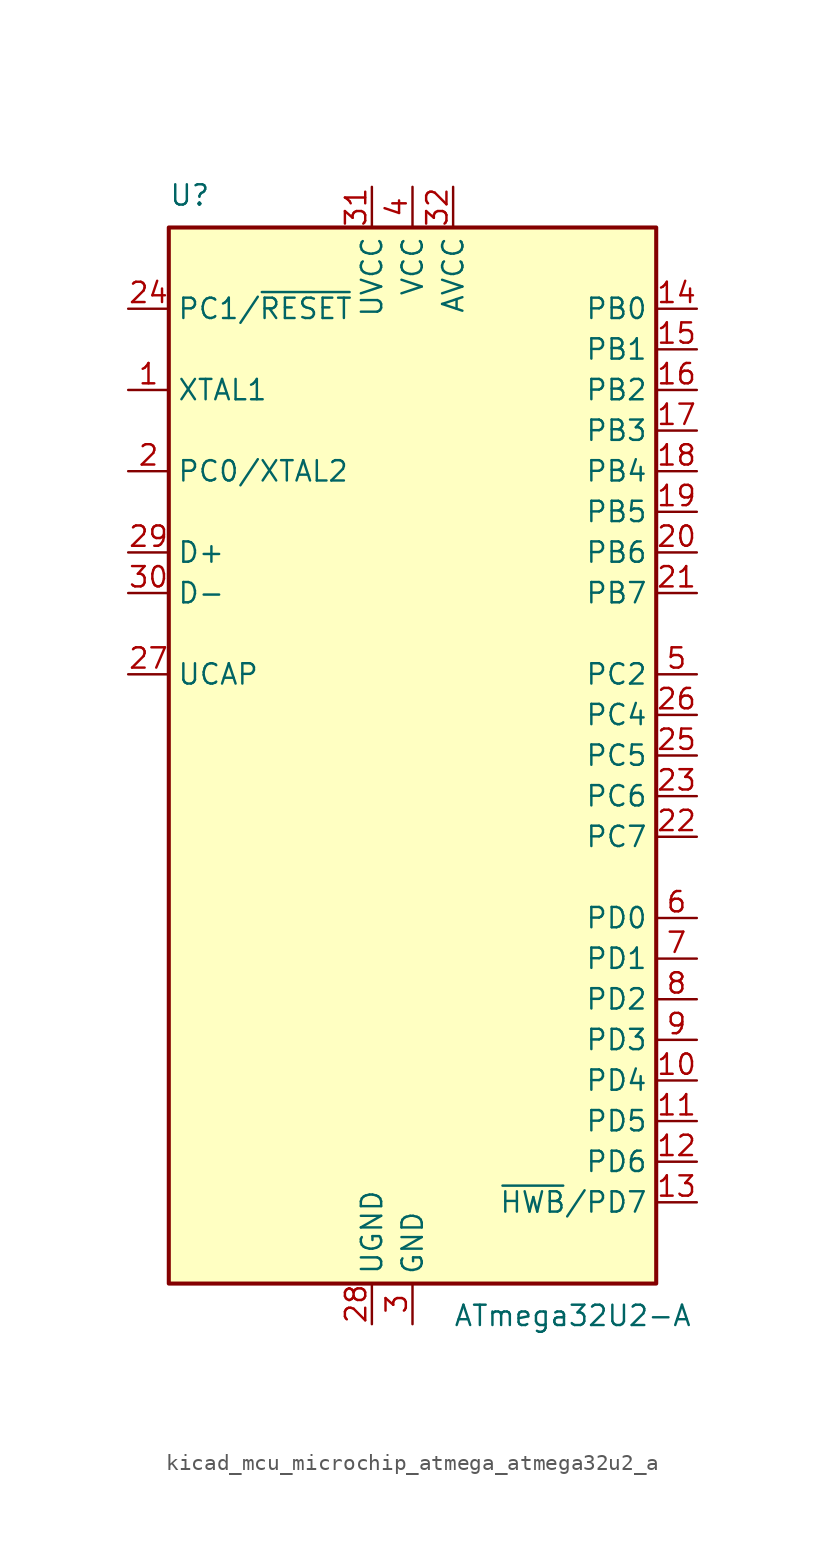
<source format=kicad_sym>
(kicad_symbol_lib
  (version 20220914)
  (generator kicad_symbol_editor)
  (symbol "kicad_mcu_microchip_atmega_atmega32u2_a"
    (property "Reference" "U"
      (at -15.24 34.29 0)
      (effects (font (size 1.27 1.27)) (justify left bottom)))
    (property "Value" "ATmega32U2-A"
      (at 2.54 -34.29 0)
      (effects (font (size 1.27 1.27)) (justify left top)))
    (symbol "kicad_mcu_microchip_atmega_atmega32u2_a_0_1"
      (rectangle (start -15.24 -33.02) (end 15.24 33.02) (stroke (width 0.254) (type default)) (fill (type background))))
    (symbol "kicad_mcu_microchip_atmega_atmega32u2_a_1_1"
      (pin input line (at -17.78 22.86 0) (length 2.54) (name "XTAL1" (effects (font (size 1.27 1.27)))) (number "1" (effects (font (size 1.27 1.27)))))
      (pin bidirectional line (at 17.78 -20.32 180) (length 2.54) (name "PD4" (effects (font (size 1.27 1.27)))) (number "10" (effects (font (size 1.27 1.27)))))
      (pin bidirectional line (at 17.78 -22.86 180) (length 2.54) (name "PD5" (effects (font (size 1.27 1.27)))) (number "11" (effects (font (size 1.27 1.27)))))
      (pin bidirectional line (at 17.78 -25.4 180) (length 2.54) (name "PD6" (effects (font (size 1.27 1.27)))) (number "12" (effects (font (size 1.27 1.27)))))
      (pin bidirectional line (at 17.78 -27.94 180) (length 2.54) (name "~{HWB}/PD7" (effects (font (size 1.27 1.27)))) (number "13" (effects (font (size 1.27 1.27)))))
      (pin bidirectional line (at 17.78 27.94 180) (length 2.54) (name "PB0" (effects (font (size 1.27 1.27)))) (number "14" (effects (font (size 1.27 1.27)))))
      (pin bidirectional line (at 17.78 25.4 180) (length 2.54) (name "PB1" (effects (font (size 1.27 1.27)))) (number "15" (effects (font (size 1.27 1.27)))))
      (pin bidirectional line (at 17.78 22.86 180) (length 2.54) (name "PB2" (effects (font (size 1.27 1.27)))) (number "16" (effects (font (size 1.27 1.27)))))
      (pin bidirectional line (at 17.78 20.32 180) (length 2.54) (name "PB3" (effects (font (size 1.27 1.27)))) (number "17" (effects (font (size 1.27 1.27)))))
      (pin bidirectional line (at 17.78 17.78 180) (length 2.54) (name "PB4" (effects (font (size 1.27 1.27)))) (number "18" (effects (font (size 1.27 1.27)))))
      (pin bidirectional line (at 17.78 15.24 180) (length 2.54) (name "PB5" (effects (font (size 1.27 1.27)))) (number "19" (effects (font (size 1.27 1.27)))))
      (pin bidirectional line (at -17.78 17.78 0) (length 2.54) (name "PC0/XTAL2" (effects (font (size 1.27 1.27)))) (number "2" (effects (font (size 1.27 1.27)))))
      (pin bidirectional line (at 17.78 12.7 180) (length 2.54) (name "PB6" (effects (font (size 1.27 1.27)))) (number "20" (effects (font (size 1.27 1.27)))))
      (pin bidirectional line (at 17.78 10.16 180) (length 2.54) (name "PB7" (effects (font (size 1.27 1.27)))) (number "21" (effects (font (size 1.27 1.27)))))
      (pin bidirectional line (at 17.78 -5.08 180) (length 2.54) (name "PC7" (effects (font (size 1.27 1.27)))) (number "22" (effects (font (size 1.27 1.27)))))
      (pin bidirectional line (at 17.78 -2.54 180) (length 2.54) (name "PC6" (effects (font (size 1.27 1.27)))) (number "23" (effects (font (size 1.27 1.27)))))
      (pin bidirectional line (at -17.78 27.94 0) (length 2.54) (name "PC1/~{RESET}" (effects (font (size 1.27 1.27)))) (number "24" (effects (font (size 1.27 1.27)))))
      (pin bidirectional line (at 17.78 0 180) (length 2.54) (name "PC5" (effects (font (size 1.27 1.27)))) (number "25" (effects (font (size 1.27 1.27)))))
      (pin bidirectional line (at 17.78 2.54 180) (length 2.54) (name "PC4" (effects (font (size 1.27 1.27)))) (number "26" (effects (font (size 1.27 1.27)))))
      (pin passive line (at -17.78 5.08 0) (length 2.54) (name "UCAP" (effects (font (size 1.27 1.27)))) (number "27" (effects (font (size 1.27 1.27)))))
      (pin power_in line (at -2.54 -35.56 90) (length 2.54) (name "UGND" (effects (font (size 1.27 1.27)))) (number "28" (effects (font (size 1.27 1.27)))))
      (pin bidirectional line (at -17.78 12.7 0) (length 2.54) (name "D+" (effects (font (size 1.27 1.27)))) (number "29" (effects (font (size 1.27 1.27)))))
      (pin power_in line (at 0 -35.56 90) (length 2.54) (name "GND" (effects (font (size 1.27 1.27)))) (number "3" (effects (font (size 1.27 1.27)))))
      (pin bidirectional line (at -17.78 10.16 0) (length 2.54) (name "D-" (effects (font (size 1.27 1.27)))) (number "30" (effects (font (size 1.27 1.27)))))
      (pin power_in line (at -2.54 35.56 270) (length 2.54) (name "UVCC" (effects (font (size 1.27 1.27)))) (number "31" (effects (font (size 1.27 1.27)))))
      (pin power_in line (at 2.54 35.56 270) (length 2.54) (name "AVCC" (effects (font (size 1.27 1.27)))) (number "32" (effects (font (size 1.27 1.27)))))
      (pin power_in line (at 0 35.56 270) (length 2.54) (name "VCC" (effects (font (size 1.27 1.27)))) (number "4" (effects (font (size 1.27 1.27)))))
      (pin bidirectional line (at 17.78 5.08 180) (length 2.54) (name "PC2" (effects (font (size 1.27 1.27)))) (number "5" (effects (font (size 1.27 1.27)))))
      (pin bidirectional line (at 17.78 -10.16 180) (length 2.54) (name "PD0" (effects (font (size 1.27 1.27)))) (number "6" (effects (font (size 1.27 1.27)))))
      (pin bidirectional line (at 17.78 -12.7 180) (length 2.54) (name "PD1" (effects (font (size 1.27 1.27)))) (number "7" (effects (font (size 1.27 1.27)))))
      (pin bidirectional line (at 17.78 -15.24 180) (length 2.54) (name "PD2" (effects (font (size 1.27 1.27)))) (number "8" (effects (font (size 1.27 1.27)))))
      (pin bidirectional line (at 17.78 -17.78 180) (length 2.54) (name "PD3" (effects (font (size 1.27 1.27)))) (number "9" (effects (font (size 1.27 1.27))))))))
</source>
